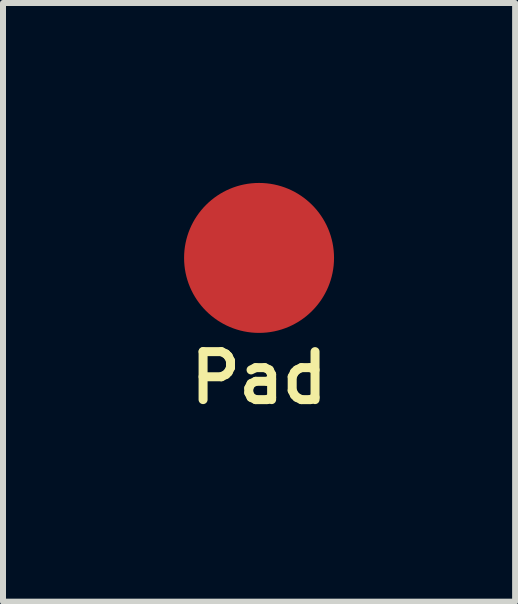
<source format=kicad_pcb>
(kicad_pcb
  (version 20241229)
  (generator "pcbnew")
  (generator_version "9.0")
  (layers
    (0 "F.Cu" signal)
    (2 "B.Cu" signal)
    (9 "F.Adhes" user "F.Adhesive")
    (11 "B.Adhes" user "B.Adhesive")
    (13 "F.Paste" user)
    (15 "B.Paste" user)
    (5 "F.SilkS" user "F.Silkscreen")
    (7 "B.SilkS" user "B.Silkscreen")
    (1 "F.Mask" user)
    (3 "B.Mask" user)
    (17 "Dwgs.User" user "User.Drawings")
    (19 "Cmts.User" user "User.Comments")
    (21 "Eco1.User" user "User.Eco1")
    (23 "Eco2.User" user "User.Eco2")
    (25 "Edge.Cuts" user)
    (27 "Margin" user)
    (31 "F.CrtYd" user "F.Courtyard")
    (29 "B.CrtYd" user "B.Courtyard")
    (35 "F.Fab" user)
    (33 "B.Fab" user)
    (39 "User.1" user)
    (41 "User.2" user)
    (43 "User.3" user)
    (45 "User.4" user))
  (footprint "Pad"
    (layer "F.Cu")
    (at 1.269 1.25)
    (property "Reference" "Pad" (at 0 2 0) (layer "F.SilkS") (effects (font (size 0.8 0.8) (thickness 0.15))))
    (attr through_hole)
    (pad "1" smd circle (at 0 0) (size 2.5 2.5) (layers "F.Cu" "F.Mask" "F.Paste")))
  (gr_rect
    (start -3 -3)
    (end 5.538 6.981)
    (stroke (width 0.1) (type default))
    (fill no)
    (layer "Edge.Cuts")))
</source>
